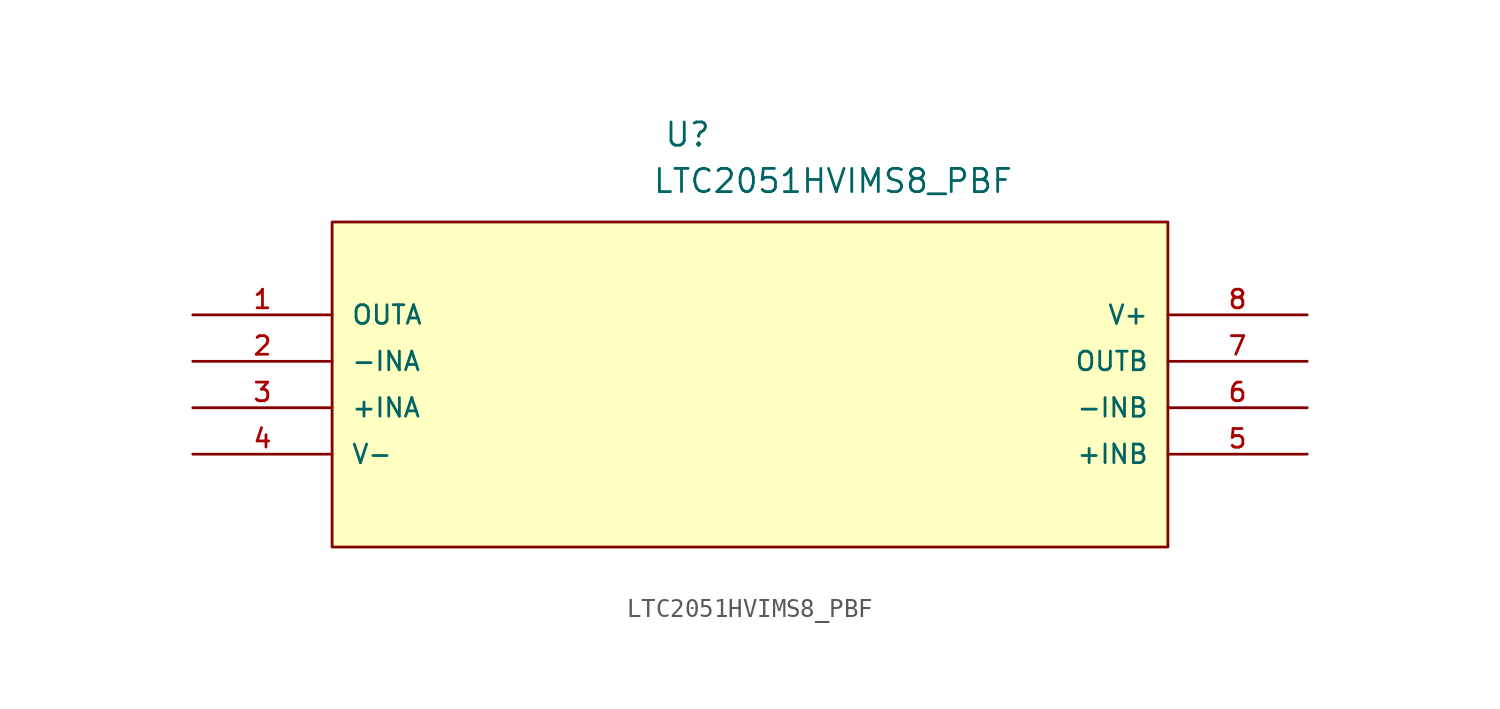
<source format=kicad_sym>
(kicad_symbol_lib
  (version 20211014)
  (generator kicad_symbol_editor)
  (symbol "LTC2051HVIMS8_PBF"
    (pin_names
      (offset 1.016))
    (property "Reference" "U"
      (at 25.756 9.119 0.0)
      (effects (font (size 1.27 1.27)) (justify bottom left)))
    (property "Value" "LTC2051HVIMS8_PBF"
      (at 25.121 6.579 0.0)
      (effects (font (size 1.27 1.27)) (justify bottom left)))
    (symbol "LTC2051HVIMS8_PBF_0_0"
      (rectangle (start 7.62 -12.7) (end 53.34 5.08) (stroke (width 0.152)) (fill (type background)))
      (pin output line (at 0.0 0.0 0) (length 7.62) (name "OUTA" (effects (font (size 1.016 1.016)))) (number "1" (effects (font (size 1.016 1.016)))))
      (pin input line (at 0.0 -2.54 0) (length 7.62) (name "-INA" (effects (font (size 1.016 1.016)))) (number "2" (effects (font (size 1.016 1.016)))))
      (pin input line (at 0.0 -5.08 0) (length 7.62) (name "+INA" (effects (font (size 1.016 1.016)))) (number "3" (effects (font (size 1.016 1.016)))))
      (pin power_in line (at 0.0 -7.62 0) (length 7.62) (name "V-" (effects (font (size 1.016 1.016)))) (number "4" (effects (font (size 1.016 1.016)))))
      (pin input line (at 60.96 -7.62 180.0) (length 7.62) (name "+INB" (effects (font (size 1.016 1.016)))) (number "5" (effects (font (size 1.016 1.016)))))
      (pin input line (at 60.96 -5.08 180.0) (length 7.62) (name "-INB" (effects (font (size 1.016 1.016)))) (number "6" (effects (font (size 1.016 1.016)))))
      (pin output line (at 60.96 -2.54 180.0) (length 7.62) (name "OUTB" (effects (font (size 1.016 1.016)))) (number "7" (effects (font (size 1.016 1.016)))))
      (pin power_in line (at 60.96 0.0 180.0) (length 7.62) (name "V+" (effects (font (size 1.016 1.016)))) (number "8" (effects (font (size 1.016 1.016))))))))
</source>
